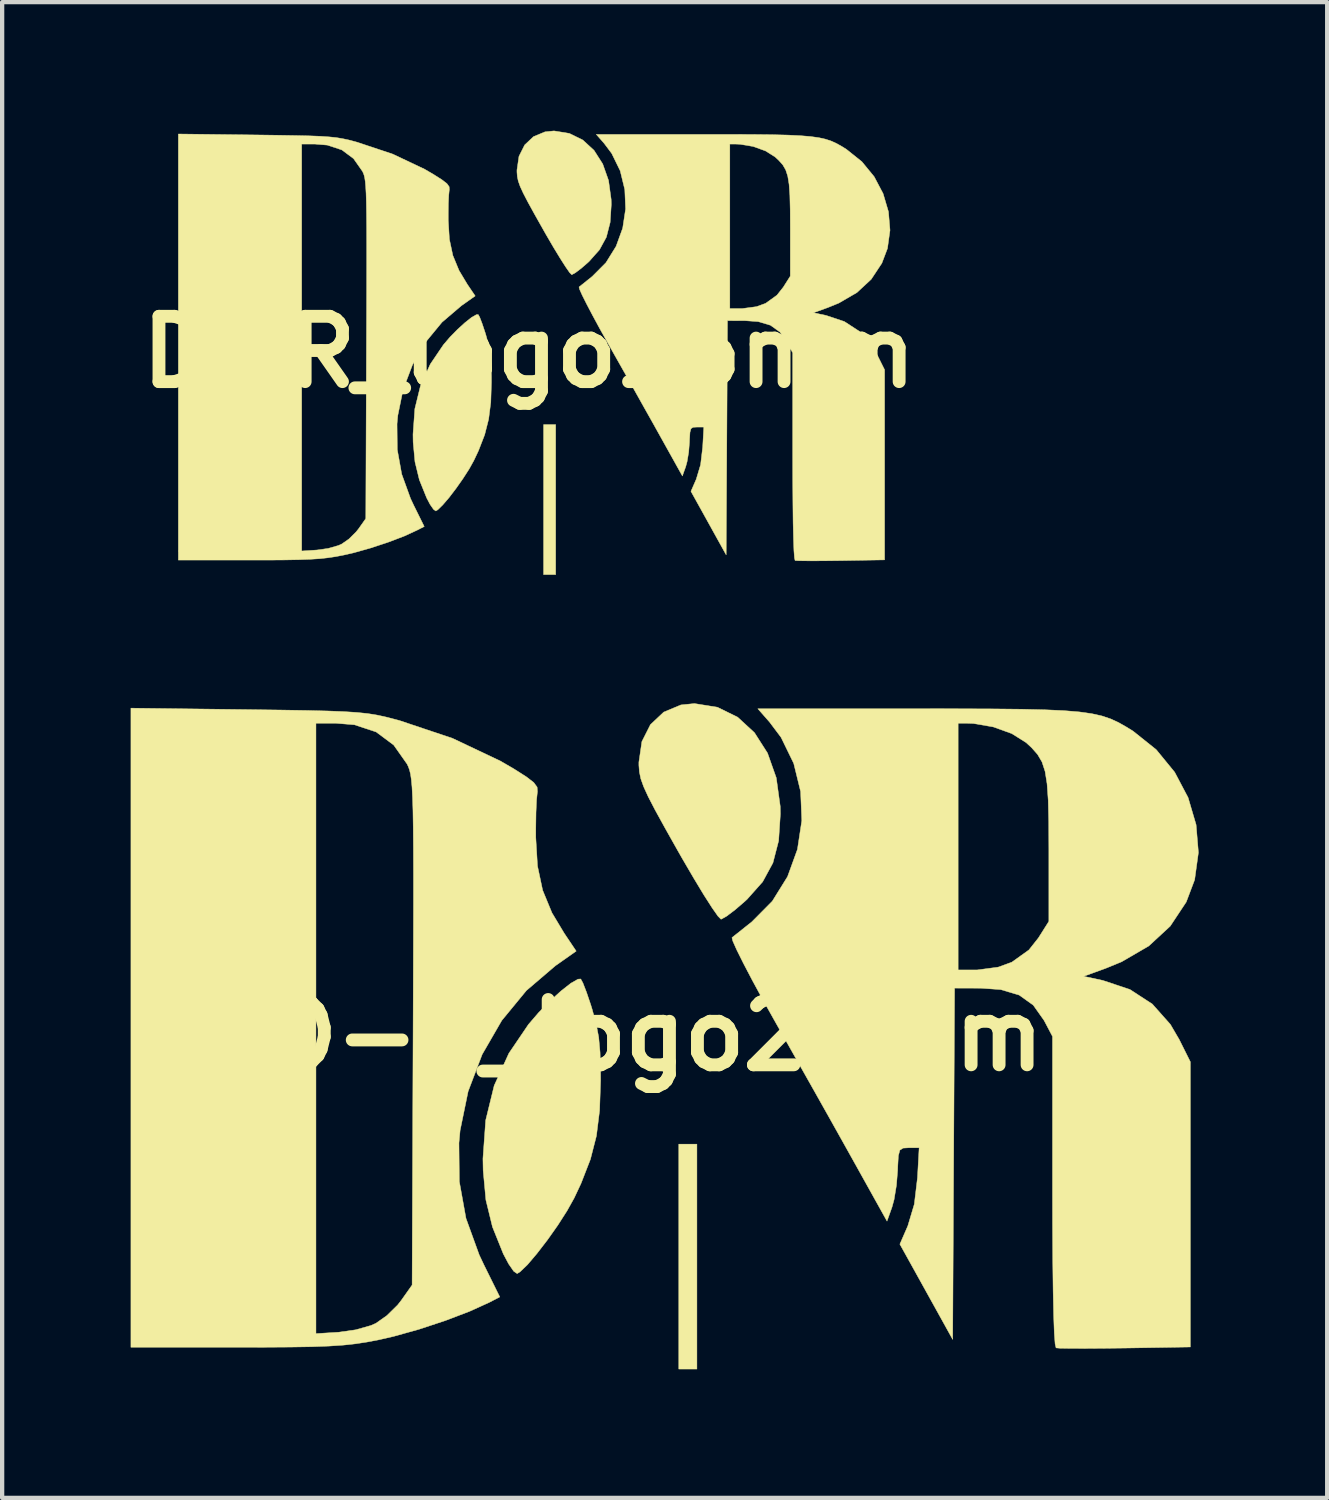
<source format=kicad_pcb>
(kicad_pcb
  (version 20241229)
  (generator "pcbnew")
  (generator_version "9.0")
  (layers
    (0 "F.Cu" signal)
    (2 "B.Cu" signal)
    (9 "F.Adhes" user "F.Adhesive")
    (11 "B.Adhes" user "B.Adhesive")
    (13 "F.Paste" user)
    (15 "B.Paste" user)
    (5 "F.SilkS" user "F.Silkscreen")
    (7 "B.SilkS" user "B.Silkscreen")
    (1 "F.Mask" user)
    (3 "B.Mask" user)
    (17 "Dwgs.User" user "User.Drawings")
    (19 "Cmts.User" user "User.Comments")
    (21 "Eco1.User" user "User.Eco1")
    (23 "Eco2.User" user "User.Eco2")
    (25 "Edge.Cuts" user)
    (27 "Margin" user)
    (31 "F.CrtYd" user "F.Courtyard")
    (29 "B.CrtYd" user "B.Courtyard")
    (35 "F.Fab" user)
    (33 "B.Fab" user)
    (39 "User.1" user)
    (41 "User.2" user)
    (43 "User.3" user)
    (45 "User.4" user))
  (footprint "D-R_logo16mm"
    (layer "F.Cu")
    (at 9.296 5.166)
    (property "Reference" "D-R_logo16mm" (at 0 0 0) (layer "F.SilkS") (effects (font (size 1.524 1.524) (thickness 0.3))))
    (attr through_hole)
    (fp_poly (pts (xy 0.621 5.193) (xy 0.339 5.193) (xy 0.339 1.693) (xy 0.621 1.693) (xy 0.621 5.193)) (stroke (width 0.01) (type solid)) (fill yes) (layer "F.SilkS"))
    (fp_poly (pts (xy 0.94 -5.103) (xy 1.254 -4.949) (xy 1.516 -4.708) (xy 1.719 -4.39) (xy 1.855 -4.005) (xy 1.916 -3.563) (xy 1.919 -3.443) (xy 1.892 -3.025) (xy 1.804 -2.682) (xy 1.643 -2.387) (xy 1.401 -2.115) (xy 1.375 -2.091) (xy 1.216 -1.953) (xy 1.082 -1.852) (xy 1 -1.807) (xy 0.995 -1.806) (xy 0.948 -1.853) (xy 0.856 -1.985) (xy 0.727 -2.187) (xy 0.57 -2.445) (xy 0.395 -2.745) (xy 0.322 -2.874) (xy 0.122 -3.229) (xy -0.028 -3.502) (xy -0.136 -3.71) (xy -0.208 -3.867) (xy -0.252 -3.991) (xy -0.274 -4.096) (xy -0.282 -4.2) (xy -0.282 -4.249) (xy -0.235 -4.569) (xy -0.102 -4.834) (xy 0.104 -5.028) (xy 0.371 -5.139) (xy 0.583 -5.161) (xy 0.94 -5.103)) (stroke (width 0.01) (type solid)) (fill yes) (layer "F.SilkS"))
    (fp_poly (pts (xy -1.152 -0.814) (xy -1.097 -0.671) (xy -1.031 -0.474) (xy -1.011 -0.411) (xy -0.948 -0.184) (xy -0.908 0.03) (xy -0.886 0.267) (xy -0.878 0.564) (xy -0.878 0.706) (xy -0.893 1.171) (xy -0.943 1.565) (xy -1.036 1.93) (xy -1.181 2.303) (xy -1.289 2.532) (xy -1.399 2.73) (xy -1.544 2.955) (xy -1.706 3.185) (xy -1.868 3.397) (xy -2.016 3.569) (xy -2.13 3.68) (xy -2.176 3.708) (xy -2.229 3.671) (xy -2.309 3.556) (xy -2.39 3.402) (xy -2.56 2.981) (xy -2.662 2.563) (xy -2.705 2.103) (xy -2.708 1.919) (xy -2.665 1.322) (xy -2.533 0.783) (xy -2.304 0.281) (xy -2 -0.168) (xy -1.843 -0.352) (xy -1.667 -0.531) (xy -1.493 -0.689) (xy -1.341 -0.809) (xy -1.229 -0.873) (xy -1.187 -0.876) (xy -1.152 -0.814)) (stroke (width 0.01) (type solid)) (fill yes) (layer "F.SilkS"))
    (fp_poly (pts (xy -6.364 -5.067) (xy -5.859 -5.06) (xy -5.452 -5.053) (xy -5.127 -5.046) (xy -4.871 -5.036) (xy -4.666 -5.022) (xy -4.499 -5.005) (xy -4.355 -4.981) (xy -4.217 -4.952) (xy -4.072 -4.914) (xy -4.008 -4.896) (xy -3.181 -4.62) (xy -2.438 -4.268) (xy -2.232 -4.148) (xy -2.034 -4.022) (xy -1.917 -3.932) (xy -1.865 -3.86) (xy -1.86 -3.789) (xy -1.863 -3.773) (xy -1.874 -3.661) (xy -1.883 -3.468) (xy -1.886 -3.226) (xy -1.886 -3.076) (xy -1.859 -2.633) (xy -1.779 -2.256) (xy -1.635 -1.906) (xy -1.443 -1.585) (xy -1.257 -1.31) (xy -1.581 -1.081) (xy -2.032 -0.696) (xy -2.415 -0.231) (xy -2.72 0.298) (xy -2.939 0.873) (xy -3.063 1.48) (xy -3.081 1.676) (xy -3.075 2.276) (xy -2.972 2.848) (xy -2.766 3.417) (xy -2.692 3.574) (xy -2.446 4.071) (xy -2.612 4.156) (xy -2.916 4.296) (xy -3.293 4.439) (xy -3.7 4.573) (xy -4.098 4.685) (xy -4.331 4.738) (xy -4.513 4.773) (xy -4.692 4.8) (xy -4.883 4.821) (xy -5.105 4.835) (xy -5.373 4.845) (xy -5.706 4.851) (xy -6.12 4.854) (xy -6.542 4.854) (xy -8.184 4.854) (xy -8.184 -4.854) (xy -5.306 -4.854) (xy -5.306 4.642) (xy -4.952 4.619) (xy -4.688 4.582) (xy -4.45 4.514) (xy -4.373 4.48) (xy -4.202 4.361) (xy -4.035 4.195) (xy -3.979 4.125) (xy -3.81 3.885) (xy -3.795 -0.061) (xy -3.792 -0.825) (xy -3.79 -1.484) (xy -3.789 -2.047) (xy -3.789 -2.522) (xy -3.79 -2.916) (xy -3.793 -3.239) (xy -3.797 -3.498) (xy -3.803 -3.702) (xy -3.812 -3.859) (xy -3.822 -3.977) (xy -3.835 -4.064) (xy -3.85 -4.128) (xy -3.869 -4.179) (xy -3.888 -4.219) (xy -4.096 -4.515) (xy -4.369 -4.718) (xy -4.708 -4.83) (xy -4.994 -4.854) (xy -5.306 -4.854) (xy -8.184 -4.854) (xy -8.184 -5.089) (xy -6.364 -5.067)) (stroke (width 0.01) (type solid)) (fill yes) (layer "F.SilkS"))
    (fp_poly (pts (xy 4.686 -5.08) (xy 5.221 -5.078) (xy 5.667 -5.073) (xy 6.032 -5.064) (xy 6.33 -5.05) (xy 6.57 -5.03) (xy 6.764 -5.003) (xy 6.923 -4.967) (xy 7.058 -4.922) (xy 7.181 -4.865) (xy 7.302 -4.797) (xy 7.407 -4.731) (xy 7.766 -4.444) (xy 8.053 -4.094) (xy 8.262 -3.698) (xy 8.387 -3.275) (xy 8.423 -2.843) (xy 8.364 -2.419) (xy 8.233 -2.074) (xy 7.984 -1.698) (xy 7.651 -1.389) (xy 7.228 -1.143) (xy 6.978 -1.041) (xy 6.637 -0.917) (xy 6.935 -0.854) (xy 7.357 -0.713) (xy 7.706 -0.486) (xy 7.986 -0.17) (xy 8.124 0.066) (xy 8.297 0.413) (xy 8.297 4.849) (xy 7.281 4.866) (xy 6.951 4.87) (xy 6.66 4.872) (xy 6.426 4.871) (xy 6.269 4.868) (xy 6.208 4.864) (xy 6.194 4.803) (xy 6.181 4.633) (xy 6.171 4.358) (xy 6.162 3.982) (xy 6.157 3.51) (xy 6.153 2.945) (xy 6.152 2.431) (xy 6.152 0.018) (xy 6.021 -0.231) (xy 5.853 -0.468) (xy 5.634 -0.626) (xy 5.347 -0.711) (xy 5.038 -0.733) (xy 4.63 -0.734) (xy 4.6 4.732) (xy 4.189 3.991) (xy 3.778 3.25) (xy 3.902 2.966) (xy 4.003 2.629) (xy 4.052 2.215) (xy 4.078 1.75) (xy 3.916 1.75) (xy 3.827 1.755) (xy 3.778 1.788) (xy 3.755 1.874) (xy 3.745 2.039) (xy 3.743 2.103) (xy 3.725 2.334) (xy 3.688 2.556) (xy 3.656 2.673) (xy 3.578 2.891) (xy 3.079 1.996) (xy 2.904 1.682) (xy 2.688 1.298) (xy 2.449 0.871) (xy 2.2 0.43) (xy 1.958 0.002) (xy 1.85 -0.19) (xy 1.656 -0.536) (xy 1.486 -0.85) (xy 1.345 -1.119) (xy 1.24 -1.328) (xy 1.178 -1.467) (xy 1.166 -1.519) (xy 1.234 -1.573) (xy 1.359 -1.673) (xy 1.474 -1.765) (xy 1.794 -2.086) (xy 2.031 -2.468) (xy 2.185 -2.892) (xy 2.253 -3.34) (xy 2.234 -3.792) (xy 2.127 -4.23) (xy 1.929 -4.635) (xy 1.765 -4.854) (xy 4.685 -4.854) (xy 4.685 -1.016) (xy 4.978 -1.016) (xy 5.308 -1.06) (xy 5.52 -1.137) (xy 5.785 -1.328) (xy 5.933 -1.515) (xy 6.096 -1.772) (xy 6.096 -2.892) (xy 6.094 -3.322) (xy 6.086 -3.657) (xy 6.068 -3.913) (xy 6.037 -4.105) (xy 5.989 -4.252) (xy 5.921 -4.369) (xy 5.828 -4.473) (xy 5.742 -4.553) (xy 5.519 -4.694) (xy 5.231 -4.798) (xy 4.921 -4.85) (xy 4.823 -4.854) (xy 4.685 -4.854) (xy 1.765 -4.854) (xy 1.752 -4.871) (xy 1.569 -5.08) (xy 4.048 -5.08) (xy 4.686 -5.08)) (stroke (width 0.01) (type solid)) (fill yes) (layer "F.SilkS")))
  (footprint "D-R_logo24mm"
    (layer "F.Cu")
    (at 12.282 21.109)
    (property "Reference" "D-R_logo24mm" (at 0 0 0) (layer "F.SilkS") (effects (font (size 1.524 1.524) (thickness 0.3))))
    (attr through_hole)
    (fp_poly (pts (xy 0.931 7.789) (xy 0.508 7.789) (xy 0.508 2.54) (xy 0.931 2.54) (xy 0.931 7.789)) (stroke (width 0.01) (type solid)) (fill yes) (layer "F.SilkS"))
    (fp_poly (pts (xy 1.41 -7.655) (xy 1.881 -7.424) (xy 2.274 -7.062) (xy 2.579 -6.585) (xy 2.783 -6.008) (xy 2.875 -5.345) (xy 2.879 -5.165) (xy 2.838 -4.538) (xy 2.705 -4.023) (xy 2.465 -3.581) (xy 2.101 -3.172) (xy 2.063 -3.137) (xy 1.824 -2.93) (xy 1.623 -2.778) (xy 1.501 -2.71) (xy 1.492 -2.709) (xy 1.422 -2.78) (xy 1.284 -2.977) (xy 1.09 -3.28) (xy 0.856 -3.668) (xy 0.593 -4.118) (xy 0.483 -4.311) (xy 0.183 -4.844) (xy -0.042 -5.253) (xy -0.204 -5.565) (xy -0.312 -5.801) (xy -0.378 -5.986) (xy -0.411 -6.145) (xy -0.423 -6.3) (xy -0.423 -6.373) (xy -0.353 -6.854) (xy -0.153 -7.251) (xy 0.157 -7.542) (xy 0.557 -7.709) (xy 0.874 -7.741) (xy 1.41 -7.655)) (stroke (width 0.01) (type solid)) (fill yes) (layer "F.SilkS"))
    (fp_poly (pts (xy -1.729 -1.22) (xy -1.646 -1.006) (xy -1.546 -0.711) (xy -1.517 -0.617) (xy -1.422 -0.275) (xy -1.361 0.045) (xy -1.329 0.4) (xy -1.317 0.845) (xy -1.316 1.058) (xy -1.34 1.756) (xy -1.414 2.348) (xy -1.554 2.894) (xy -1.772 3.455) (xy -1.933 3.798) (xy -2.099 4.095) (xy -2.315 4.433) (xy -2.558 4.777) (xy -2.803 5.095) (xy -3.023 5.354) (xy -3.196 5.52) (xy -3.264 5.562) (xy -3.344 5.507) (xy -3.463 5.335) (xy -3.586 5.103) (xy -3.84 4.472) (xy -3.993 3.845) (xy -4.057 3.154) (xy -4.062 2.879) (xy -3.998 1.983) (xy -3.8 1.174) (xy -3.457 0.421) (xy -3 -0.253) (xy -2.764 -0.528) (xy -2.501 -0.797) (xy -2.24 -1.034) (xy -2.011 -1.214) (xy -1.844 -1.309) (xy -1.78 -1.314) (xy -1.729 -1.22)) (stroke (width 0.01) (type solid)) (fill yes) (layer "F.SilkS"))
    (fp_poly (pts (xy -9.546 -7.6) (xy -8.789 -7.59) (xy -8.178 -7.58) (xy -7.691 -7.568) (xy -7.306 -7.553) (xy -6.999 -7.533) (xy -6.749 -7.507) (xy -6.532 -7.472) (xy -6.326 -7.427) (xy -6.109 -7.371) (xy -6.011 -7.345) (xy -4.771 -6.929) (xy -3.657 -6.401) (xy -3.348 -6.222) (xy -3.051 -6.033) (xy -2.876 -5.898) (xy -2.798 -5.791) (xy -2.79 -5.683) (xy -2.794 -5.659) (xy -2.811 -5.491) (xy -2.824 -5.202) (xy -2.829 -4.839) (xy -2.829 -4.614) (xy -2.789 -3.95) (xy -2.669 -3.384) (xy -2.452 -2.858) (xy -2.164 -2.378) (xy -1.886 -1.964) (xy -2.372 -1.622) (xy -3.048 -1.044) (xy -3.622 -0.346) (xy -4.08 0.447) (xy -4.408 1.31) (xy -4.595 2.221) (xy -4.622 2.514) (xy -4.613 3.414) (xy -4.458 4.272) (xy -4.149 5.125) (xy -4.038 5.36) (xy -3.669 6.106) (xy -3.917 6.235) (xy -4.375 6.443) (xy -4.939 6.658) (xy -5.55 6.86) (xy -6.147 7.027) (xy -6.496 7.107) (xy -6.77 7.159) (xy -7.038 7.2) (xy -7.325 7.231) (xy -7.657 7.253) (xy -8.06 7.268) (xy -8.559 7.276) (xy -9.18 7.28) (xy -9.813 7.281) (xy -12.277 7.281) (xy -12.277 -7.281) (xy -7.959 -7.281) (xy -7.959 6.962) (xy -7.428 6.929) (xy -7.032 6.873) (xy -6.675 6.772) (xy -6.56 6.721) (xy -6.304 6.541) (xy -6.052 6.293) (xy -5.969 6.187) (xy -5.715 5.828) (xy -5.692 -0.092) (xy -5.688 -1.238) (xy -5.685 -2.227) (xy -5.683 -3.071) (xy -5.683 -3.783) (xy -5.685 -4.374) (xy -5.689 -4.859) (xy -5.695 -5.247) (xy -5.705 -5.553) (xy -5.717 -5.788) (xy -5.733 -5.965) (xy -5.752 -6.095) (xy -5.776 -6.192) (xy -5.803 -6.268) (xy -5.832 -6.329) (xy -6.144 -6.772) (xy -6.554 -7.078) (xy -7.062 -7.246) (xy -7.49 -7.281) (xy -7.959 -7.281) (xy -12.277 -7.281) (xy -12.277 -7.634) (xy -9.546 -7.6)) (stroke (width 0.01) (type solid)) (fill yes) (layer "F.SilkS"))
    (fp_poly (pts (xy 7.028 -7.619) (xy 7.832 -7.616) (xy 8.5 -7.609) (xy 9.049 -7.596) (xy 9.495 -7.576) (xy 9.855 -7.546) (xy 10.146 -7.505) (xy 10.385 -7.451) (xy 10.587 -7.383) (xy 10.771 -7.298) (xy 10.952 -7.195) (xy 11.11 -7.097) (xy 11.649 -6.666) (xy 12.08 -6.14) (xy 12.393 -5.547) (xy 12.58 -4.913) (xy 12.634 -4.264) (xy 12.546 -3.628) (xy 12.35 -3.11) (xy 11.976 -2.546) (xy 11.476 -2.084) (xy 10.842 -1.715) (xy 10.467 -1.561) (xy 9.956 -1.376) (xy 10.403 -1.28) (xy 11.035 -1.069) (xy 11.558 -0.729) (xy 11.979 -0.255) (xy 12.186 0.099) (xy 12.446 0.62) (xy 12.446 7.274) (xy 10.921 7.299) (xy 10.427 7.305) (xy 9.99 7.308) (xy 9.639 7.307) (xy 9.403 7.303) (xy 9.312 7.295) (xy 9.29 7.204) (xy 9.271 6.949) (xy 9.256 6.537) (xy 9.244 5.974) (xy 9.235 5.265) (xy 9.23 4.418) (xy 9.229 3.647) (xy 9.229 0.027) (xy 9.032 -0.347) (xy 8.78 -0.703) (xy 8.451 -0.938) (xy 8.021 -1.066) (xy 7.557 -1.099) (xy 6.944 -1.101) (xy 6.922 2.999) (xy 6.9 7.098) (xy 6.284 5.987) (xy 5.667 4.875) (xy 5.853 4.448) (xy 6.004 3.943) (xy 6.078 3.323) (xy 6.117 2.625) (xy 5.874 2.625) (xy 5.741 2.633) (xy 5.667 2.681) (xy 5.632 2.811) (xy 5.618 3.059) (xy 5.615 3.154) (xy 5.587 3.501) (xy 5.532 3.835) (xy 5.484 4.01) (xy 5.367 4.337) (xy 4.619 2.994) (xy 4.356 2.523) (xy 4.033 1.946) (xy 3.673 1.306) (xy 3.3 0.645) (xy 2.938 0.003) (xy 2.775 -0.285) (xy 2.484 -0.804) (xy 2.228 -1.275) (xy 2.017 -1.678) (xy 1.86 -1.993) (xy 1.768 -2.2) (xy 1.749 -2.279) (xy 1.851 -2.36) (xy 2.038 -2.509) (xy 2.212 -2.647) (xy 2.69 -3.129) (xy 3.046 -3.702) (xy 3.277 -4.339) (xy 3.379 -5.01) (xy 3.351 -5.688) (xy 3.19 -6.345) (xy 2.894 -6.953) (xy 2.647 -7.281) (xy 7.027 -7.281) (xy 7.027 -1.524) (xy 7.466 -1.524) (xy 7.961 -1.59) (xy 8.28 -1.706) (xy 8.678 -1.991) (xy 8.9 -2.272) (xy 9.144 -2.658) (xy 9.144 -4.337) (xy 9.141 -4.984) (xy 9.129 -5.486) (xy 9.102 -5.869) (xy 9.056 -6.158) (xy 8.984 -6.378) (xy 8.881 -6.553) (xy 8.743 -6.71) (xy 8.613 -6.83) (xy 8.279 -7.04) (xy 7.846 -7.196) (xy 7.382 -7.276) (xy 7.235 -7.281) (xy 7.027 -7.281) (xy 2.647 -7.281) (xy 2.629 -7.306) (xy 2.353 -7.62) (xy 6.072 -7.62) (xy 7.028 -7.619)) (stroke (width 0.01) (type solid)) (fill yes) (layer "F.SilkS")))
  (gr_rect
    (start -3 -3)
    (end 27.921 31.904)
    (stroke (width 0.1) (type default))
    (fill no)
    (layer "Edge.Cuts")))
</source>
